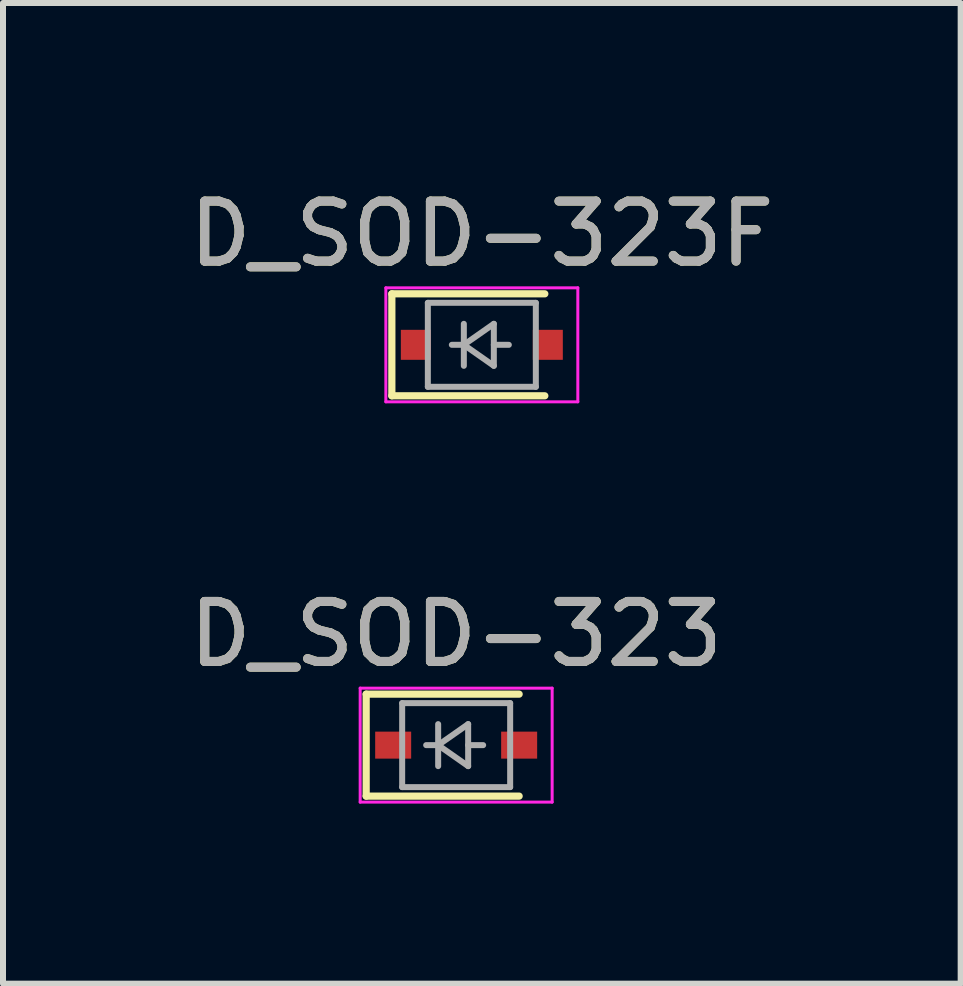
<source format=kicad_pcb>
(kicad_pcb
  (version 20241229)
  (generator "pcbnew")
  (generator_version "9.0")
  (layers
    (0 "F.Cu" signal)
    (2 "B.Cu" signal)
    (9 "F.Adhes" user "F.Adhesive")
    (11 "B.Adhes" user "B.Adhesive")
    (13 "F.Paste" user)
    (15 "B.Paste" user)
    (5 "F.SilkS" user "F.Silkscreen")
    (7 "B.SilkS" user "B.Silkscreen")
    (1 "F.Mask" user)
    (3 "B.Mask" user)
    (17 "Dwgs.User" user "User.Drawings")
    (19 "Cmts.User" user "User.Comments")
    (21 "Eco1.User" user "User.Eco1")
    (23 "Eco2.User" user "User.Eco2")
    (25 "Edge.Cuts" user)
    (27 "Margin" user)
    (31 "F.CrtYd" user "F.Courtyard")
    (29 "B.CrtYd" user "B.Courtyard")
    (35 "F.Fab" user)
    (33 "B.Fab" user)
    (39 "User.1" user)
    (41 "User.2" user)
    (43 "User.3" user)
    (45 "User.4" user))
  (footprint "D_SOD-323F"
    (layer "F.Cu")
    (at 4.982 2.698)
    (property "Reference" "D_SOD-323F" (at 0 -1.85 0) (layer "F.SilkS") (effects (font (size 1 1) (thickness 0.15))))
    (attr smd)
    (fp_line (start -1.5 -0.85) (end -1.5 0.85) (stroke (width 0.12) (type solid)) (layer "F.SilkS"))
    (fp_line (start -1.5 -0.85) (end 1.05 -0.85) (stroke (width 0.12) (type solid)) (layer "F.SilkS"))
    (fp_line (start -1.5 0.85) (end 1.05 0.85) (stroke (width 0.12) (type solid)) (layer "F.SilkS"))
    (fp_line (start -1.6 -0.95) (end -1.6 0.95) (stroke (width 0.05) (type solid)) (layer "F.CrtYd"))
    (fp_line (start -1.6 -0.95) (end 1.6 -0.95) (stroke (width 0.05) (type solid)) (layer "F.CrtYd"))
    (fp_line (start -1.6 0.95) (end 1.6 0.95) (stroke (width 0.05) (type solid)) (layer "F.CrtYd"))
    (fp_line (start 1.6 -0.95) (end 1.6 0.95) (stroke (width 0.05) (type solid)) (layer "F.CrtYd"))
    (fp_line (start -0.9 -0.7) (end 0.9 -0.7) (stroke (width 0.1) (type solid)) (layer "F.Fab"))
    (fp_line (start -0.9 0.7) (end -0.9 -0.7) (stroke (width 0.1) (type solid)) (layer "F.Fab"))
    (fp_line (start -0.3 -0.35) (end -0.3 0.35) (stroke (width 0.1) (type solid)) (layer "F.Fab"))
    (fp_line (start -0.3 0) (end -0.5 0) (stroke (width 0.1) (type solid)) (layer "F.Fab"))
    (fp_line (start -0.3 0) (end 0.2 -0.35) (stroke (width 0.1) (type solid)) (layer "F.Fab"))
    (fp_line (start 0.2 -0.35) (end 0.2 0.35) (stroke (width 0.1) (type solid)) (layer "F.Fab"))
    (fp_line (start 0.2 0) (end 0.45 0) (stroke (width 0.1) (type solid)) (layer "F.Fab"))
    (fp_line (start 0.2 0.35) (end -0.3 0) (stroke (width 0.1) (type solid)) (layer "F.Fab"))
    (fp_line (start 0.9 -0.7) (end 0.9 0.7) (stroke (width 0.1) (type solid)) (layer "F.Fab"))
    (fp_line (start 0.9 0.7) (end -0.9 0.7) (stroke (width 0.1) (type solid)) (layer "F.Fab"))
    (fp_text user "${REFERENCE}" (at 0 -1.85 0) (layer "F.Fab") (effects (font (size 1 1) (thickness 0.15))))
    (pad "1" smd rect (at -1.1 0) (size 0.5 0.5) (layers "F.Cu" "F.Mask" "F.Paste"))
    (pad "2" smd rect (at 1.1 0) (size 0.5 0.5) (layers "F.Cu" "F.Mask" "F.Paste")))
  (footprint "D_SOD-323"
    (layer "F.Cu")
    (at 4.554 9.371)
    (property "Reference" "D_SOD-323" (at 0 -1.85 0) (layer "F.SilkS") (effects (font (size 1 1) (thickness 0.15))))
    (attr smd)
    (fp_line (start -1.5 -0.85) (end -1.5 0.85) (stroke (width 0.12) (type solid)) (layer "F.SilkS"))
    (fp_line (start -1.5 -0.85) (end 1.05 -0.85) (stroke (width 0.12) (type solid)) (layer "F.SilkS"))
    (fp_line (start -1.5 0.85) (end 1.05 0.85) (stroke (width 0.12) (type solid)) (layer "F.SilkS"))
    (fp_line (start -1.6 -0.95) (end -1.6 0.95) (stroke (width 0.05) (type solid)) (layer "F.CrtYd"))
    (fp_line (start -1.6 -0.95) (end 1.6 -0.95) (stroke (width 0.05) (type solid)) (layer "F.CrtYd"))
    (fp_line (start -1.6 0.95) (end 1.6 0.95) (stroke (width 0.05) (type solid)) (layer "F.CrtYd"))
    (fp_line (start 1.6 -0.95) (end 1.6 0.95) (stroke (width 0.05) (type solid)) (layer "F.CrtYd"))
    (fp_line (start -0.9 -0.7) (end 0.9 -0.7) (stroke (width 0.1) (type solid)) (layer "F.Fab"))
    (fp_line (start -0.9 0.7) (end -0.9 -0.7) (stroke (width 0.1) (type solid)) (layer "F.Fab"))
    (fp_line (start -0.3 -0.35) (end -0.3 0.35) (stroke (width 0.1) (type solid)) (layer "F.Fab"))
    (fp_line (start -0.3 0) (end -0.5 0) (stroke (width 0.1) (type solid)) (layer "F.Fab"))
    (fp_line (start -0.3 0) (end 0.2 -0.35) (stroke (width 0.1) (type solid)) (layer "F.Fab"))
    (fp_line (start 0.2 -0.35) (end 0.2 0.35) (stroke (width 0.1) (type solid)) (layer "F.Fab"))
    (fp_line (start 0.2 0) (end 0.45 0) (stroke (width 0.1) (type solid)) (layer "F.Fab"))
    (fp_line (start 0.2 0.35) (end -0.3 0) (stroke (width 0.1) (type solid)) (layer "F.Fab"))
    (fp_line (start 0.9 -0.7) (end 0.9 0.7) (stroke (width 0.1) (type solid)) (layer "F.Fab"))
    (fp_line (start 0.9 0.7) (end -0.9 0.7) (stroke (width 0.1) (type solid)) (layer "F.Fab"))
    (fp_text user "${REFERENCE}" (at 0 -1.85 0) (layer "F.Fab") (effects (font (size 1 1) (thickness 0.15))))
    (pad "1" smd rect (at -1.05 0) (size 0.6 0.45) (layers "F.Cu" "F.Mask" "F.Paste"))
    (pad "2" smd rect (at 1.05 0) (size 0.6 0.45) (layers "F.Cu" "F.Mask" "F.Paste")))
  (gr_rect
    (start -3 -3)
    (end 12.964 13.347)
    (stroke (width 0.1) (type default))
    (fill no)
    (layer "Edge.Cuts")))
</source>
